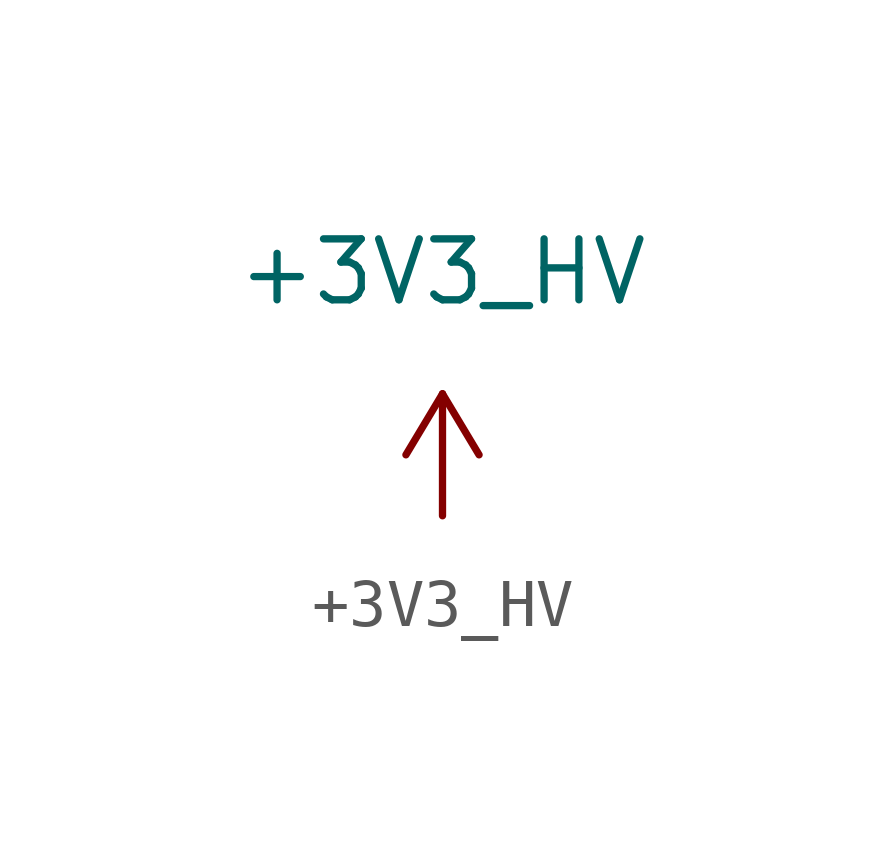
<source format=kicad_sym>
(kicad_symbol_lib
  (version 20211014)
  (generator kicad_symbol_editor)
  (symbol "+3V3_HV"
    (power)
    (pin_numbers hide)
    (pin_names
      (offset 0))
    (property "Reference" "#PWR"
      (at 1.27 0 90)
      (effects (font (size 1.27 1.27)) hide))
    (property "Value" "+3V3_HV"
      (at 0 5.08 0)
      (effects (font (size 1.27 1.27))))
    (symbol "+3V3_HV_1_1"
      (polyline (pts (xy -0.762 1.27) (xy 0 2.54)) (stroke (width 0) (type default) (color 0 0 0 0)) (fill (type none)))
      (polyline (pts (xy 0 0) (xy 0 2.54)) (stroke (width 0) (type default) (color 0 0 0 0)) (fill (type none)))
      (polyline (pts (xy 0 2.54) (xy 0.762 1.27)) (stroke (width 0) (type default) (color 0 0 0 0)) (fill (type none)))
      (pin power_in line (at 0 0 90) (length 0) hide (name "+3V3_HV" (effects (font (size 1.27 1.27)))) (number "1" (effects (font (size 1.27 1.27))))))))
</source>
